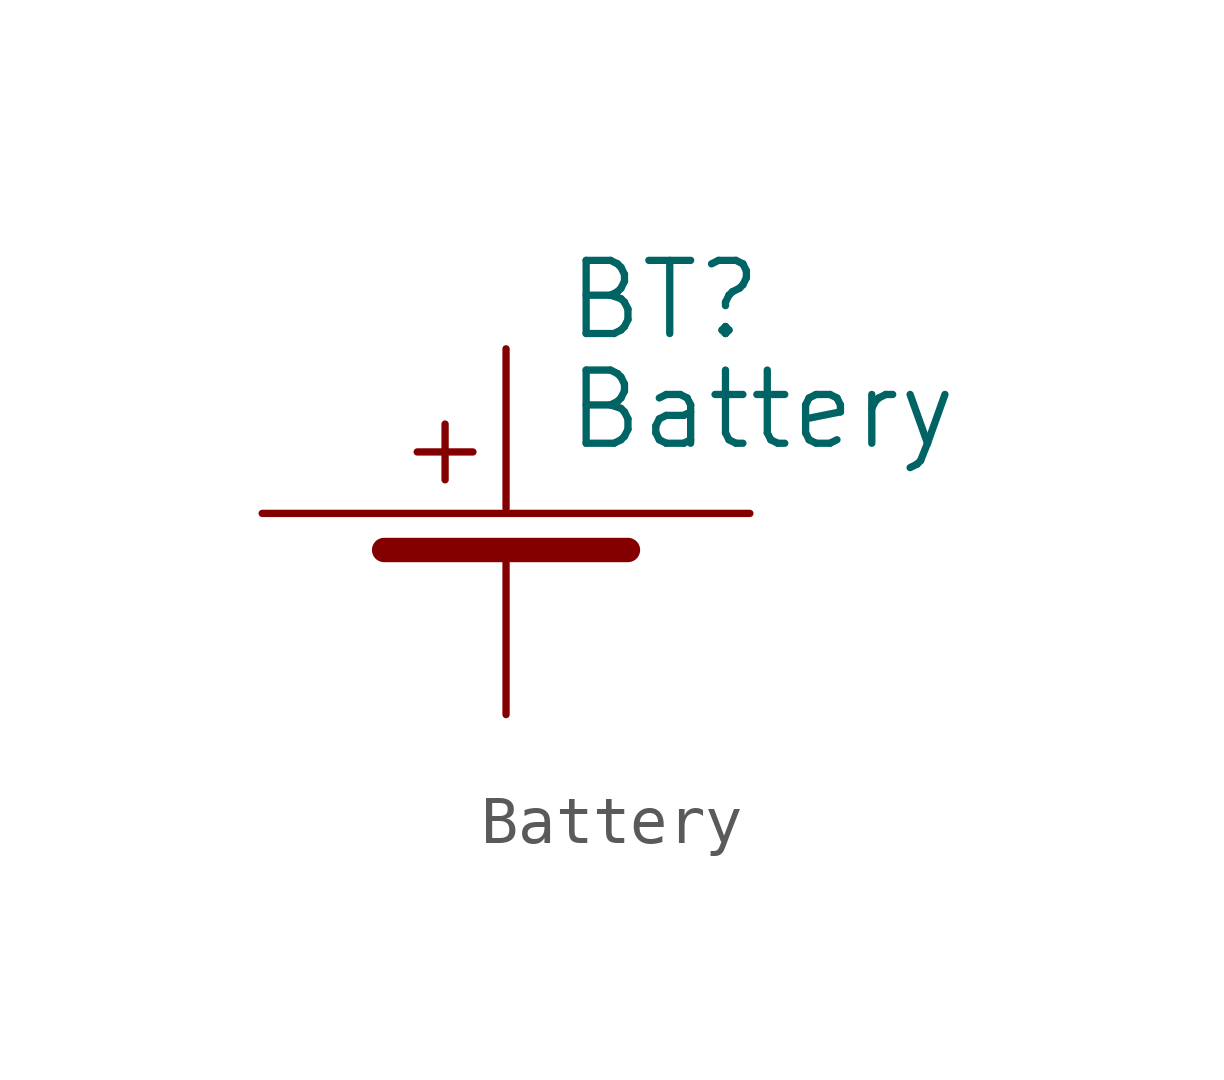
<source format=kicad_sym>
(kicad_symbol_lib
  (version 20211014)
  (generator kicad_symbol_editor)
  (symbol "Battery"
    (pin_numbers hide)
    (pin_names
      (offset 0) hide)
    (property "Reference" "BT"
      (at 3.302 6.096 0)
      (effects (font (size 1.524 1.524))))
    (property "Value" "Battery"
      (at 5.334 3.81 0)
      (effects (font (size 1.524 1.524))))
    (symbol "Battery_0_0"
      (text "+" (at -1.27 3.048 0) (effects (font (size 1.524 1.524)))))
    (symbol "Battery_0_1"
      (rectangle (start -2.54 0.889) (end 2.54 0.889) (stroke (width 0.508) (type default) (color 0 0 0 0)) (fill (type background)))
      (polyline (pts (xy -5.08 1.651) (xy 5.08 1.651)) (stroke (width 0) (type default) (color 0 0 0 0)) (fill (type none))))
    (symbol "Battery_1_1"
      (pin input line (at 0 5.08 270) (length 3.327) (name "+" (effects (font (size 1.27 1.27)))) (number "~" (effects (font (size 1.27 1.27)))))
      (pin input line (at 0 -2.54 90) (length 3.327) (name "-" (effects (font (size 1.27 1.27)))) (number "~" (effects (font (size 1.27 1.27))))))))
</source>
